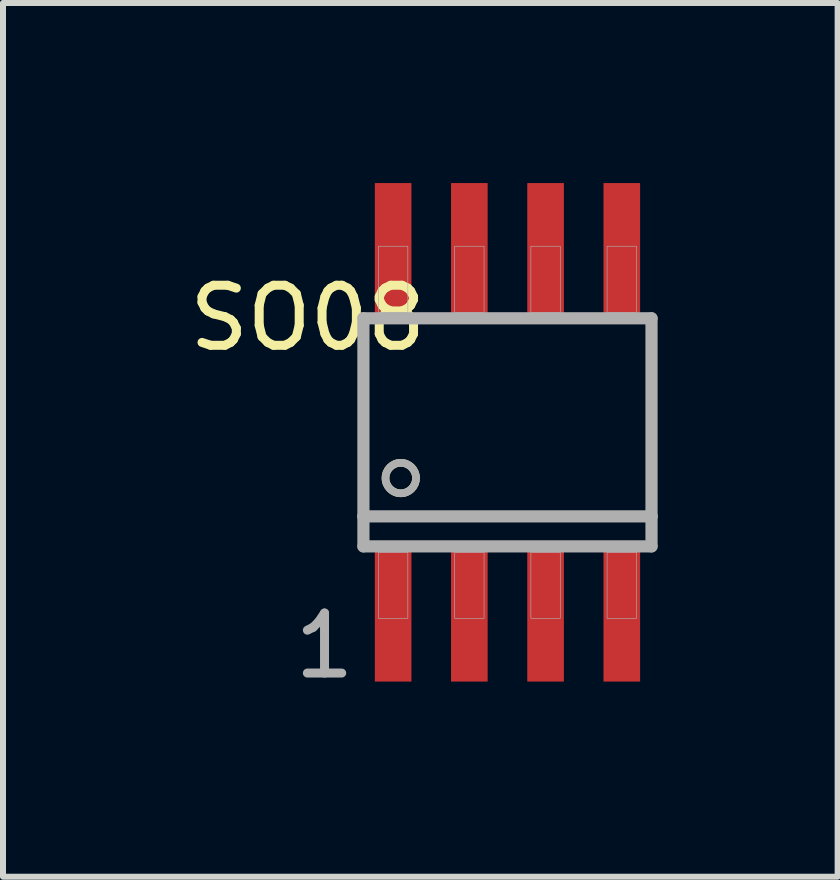
<source format=kicad_pcb>
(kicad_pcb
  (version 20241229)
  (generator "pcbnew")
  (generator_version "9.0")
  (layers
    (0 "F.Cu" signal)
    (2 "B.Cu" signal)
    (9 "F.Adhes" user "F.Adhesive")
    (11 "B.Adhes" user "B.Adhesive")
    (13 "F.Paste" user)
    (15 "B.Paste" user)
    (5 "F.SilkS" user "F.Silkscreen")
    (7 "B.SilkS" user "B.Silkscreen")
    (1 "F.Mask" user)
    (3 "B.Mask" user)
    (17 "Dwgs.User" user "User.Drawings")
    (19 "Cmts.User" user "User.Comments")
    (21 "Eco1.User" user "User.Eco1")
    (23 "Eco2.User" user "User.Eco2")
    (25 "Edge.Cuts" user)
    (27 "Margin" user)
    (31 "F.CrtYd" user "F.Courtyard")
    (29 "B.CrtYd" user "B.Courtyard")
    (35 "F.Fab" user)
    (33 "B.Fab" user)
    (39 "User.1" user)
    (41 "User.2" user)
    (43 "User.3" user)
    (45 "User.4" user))
  (footprint "SO08"
    (layer "F.Cu")
    (at 5.405 4.153)
    (property "Reference" "SO08" (at -3.327 -1.905 180) (layer "F.SilkS") (effects (font (size 1 1) (thickness 0.15))))
    (attr smd)
    (fp_line (start -2.413 -1.245) (end -2.413 1.143) (stroke (width 0.127) (type solid)) (layer "F.SilkS"))
    (fp_line (start 2.388 -1.194) (end 2.388 1.168) (stroke (width 0.127) (type solid)) (layer "F.SilkS"))
    (fp_circle (center -1.778 0.762) (end -1.524 0.762) (stroke (width 0.127) (type solid)) (fill no) (layer "F.SilkS"))
    (fp_line (start -2.4 -1.9) (end 2.4 -1.9) (stroke (width 0.203) (type solid)) (layer "F.Fab"))
    (fp_line (start -2.4 1.4) (end -2.4 -1.9) (stroke (width 0.203) (type solid)) (layer "F.Fab"))
    (fp_line (start -2.4 1.9) (end -2.4 1.4) (stroke (width 0.203) (type solid)) (layer "F.Fab"))
    (fp_line (start 2.4 -1.9) (end 2.4 1.4) (stroke (width 0.203) (type solid)) (layer "F.Fab"))
    (fp_line (start 2.4 1.4) (end -2.4 1.4) (stroke (width 0.203) (type solid)) (layer "F.Fab"))
    (fp_line (start 2.4 1.4) (end 2.4 1.9) (stroke (width 0.203) (type solid)) (layer "F.Fab"))
    (fp_line (start 2.4 1.9) (end -2.4 1.9) (stroke (width 0.203) (type solid)) (layer "F.Fab"))
    (fp_circle (center -1.778 0.762) (end -1.524 0.762) (stroke (width 0.127) (type solid)) (fill no) (layer "F.Fab"))
    (fp_poly (pts (xy -2.15 -3.1) (xy -1.66 -3.1) (xy -1.66 -2) (xy -2.15 -2)) (stroke (width 0.01) (type solid)) (fill no) (layer "F.Fab"))
    (fp_poly (pts (xy -2.15 2) (xy -1.66 2) (xy -1.66 3.1) (xy -2.15 3.1)) (stroke (width 0.01) (type solid)) (fill no) (layer "F.Fab"))
    (fp_poly (pts (xy -0.88 -3.1) (xy -0.39 -3.1) (xy -0.39 -2) (xy -0.88 -2)) (stroke (width 0.01) (type solid)) (fill no) (layer "F.Fab"))
    (fp_poly (pts (xy -0.88 2) (xy -0.39 2) (xy -0.39 3.1) (xy -0.88 3.1)) (stroke (width 0.01) (type solid)) (fill no) (layer "F.Fab"))
    (fp_poly (pts (xy 0.39 -3.1) (xy 0.88 -3.1) (xy 0.88 -2) (xy 0.39 -2)) (stroke (width 0.01) (type solid)) (fill no) (layer "F.Fab"))
    (fp_poly (pts (xy 0.39 2) (xy 0.88 2) (xy 0.88 3.1) (xy 0.39 3.1)) (stroke (width 0.01) (type solid)) (fill no) (layer "F.Fab"))
    (fp_poly (pts (xy 1.66 -3.1) (xy 2.15 -3.1) (xy 2.15 -2) (xy 1.66 -2)) (stroke (width 0.01) (type solid)) (fill no) (layer "F.Fab"))
    (fp_poly (pts (xy 1.66 2) (xy 2.15 2) (xy 2.15 3.1) (xy 1.66 3.1)) (stroke (width 0.01) (type solid)) (fill no) (layer "F.Fab"))
    (fp_text user "1" (at -3.048 3.556 0) (layer "F.Fab") (effects (font (size 1 1) (thickness 0.15))))
    (pad "1" smd rect (at -1.905 3.048) (size 0.61 2.21) (layers "F.Cu" "F.Mask" "F.Paste"))
    (pad "2" smd rect (at -0.635 3.048) (size 0.61 2.21) (layers "F.Cu" "F.Mask" "F.Paste"))
    (pad "3" smd rect (at 0.635 3.048) (size 0.61 2.21) (layers "F.Cu" "F.Mask" "F.Paste"))
    (pad "4" smd rect (at 1.905 3.048) (size 0.61 2.21) (layers "F.Cu" "F.Mask" "F.Paste"))
    (pad "5" smd rect (at 1.905 -3.048) (size 0.61 2.21) (layers "F.Cu" "F.Mask" "F.Paste"))
    (pad "6" smd rect (at 0.635 -3.048) (size 0.61 2.21) (layers "F.Cu" "F.Mask" "F.Paste"))
    (pad "7" smd rect (at -0.635 -3.048) (size 0.61 2.21) (layers "F.Cu" "F.Mask" "F.Paste"))
    (pad "8" smd rect (at -1.905 -3.048) (size 0.61 2.21) (layers "F.Cu" "F.Mask" "F.Paste")))
  (gr_rect
    (start -3 -3)
    (end 10.906 11.557)
    (stroke (width 0.1) (type default))
    (fill no)
    (layer "Edge.Cuts")))
</source>
